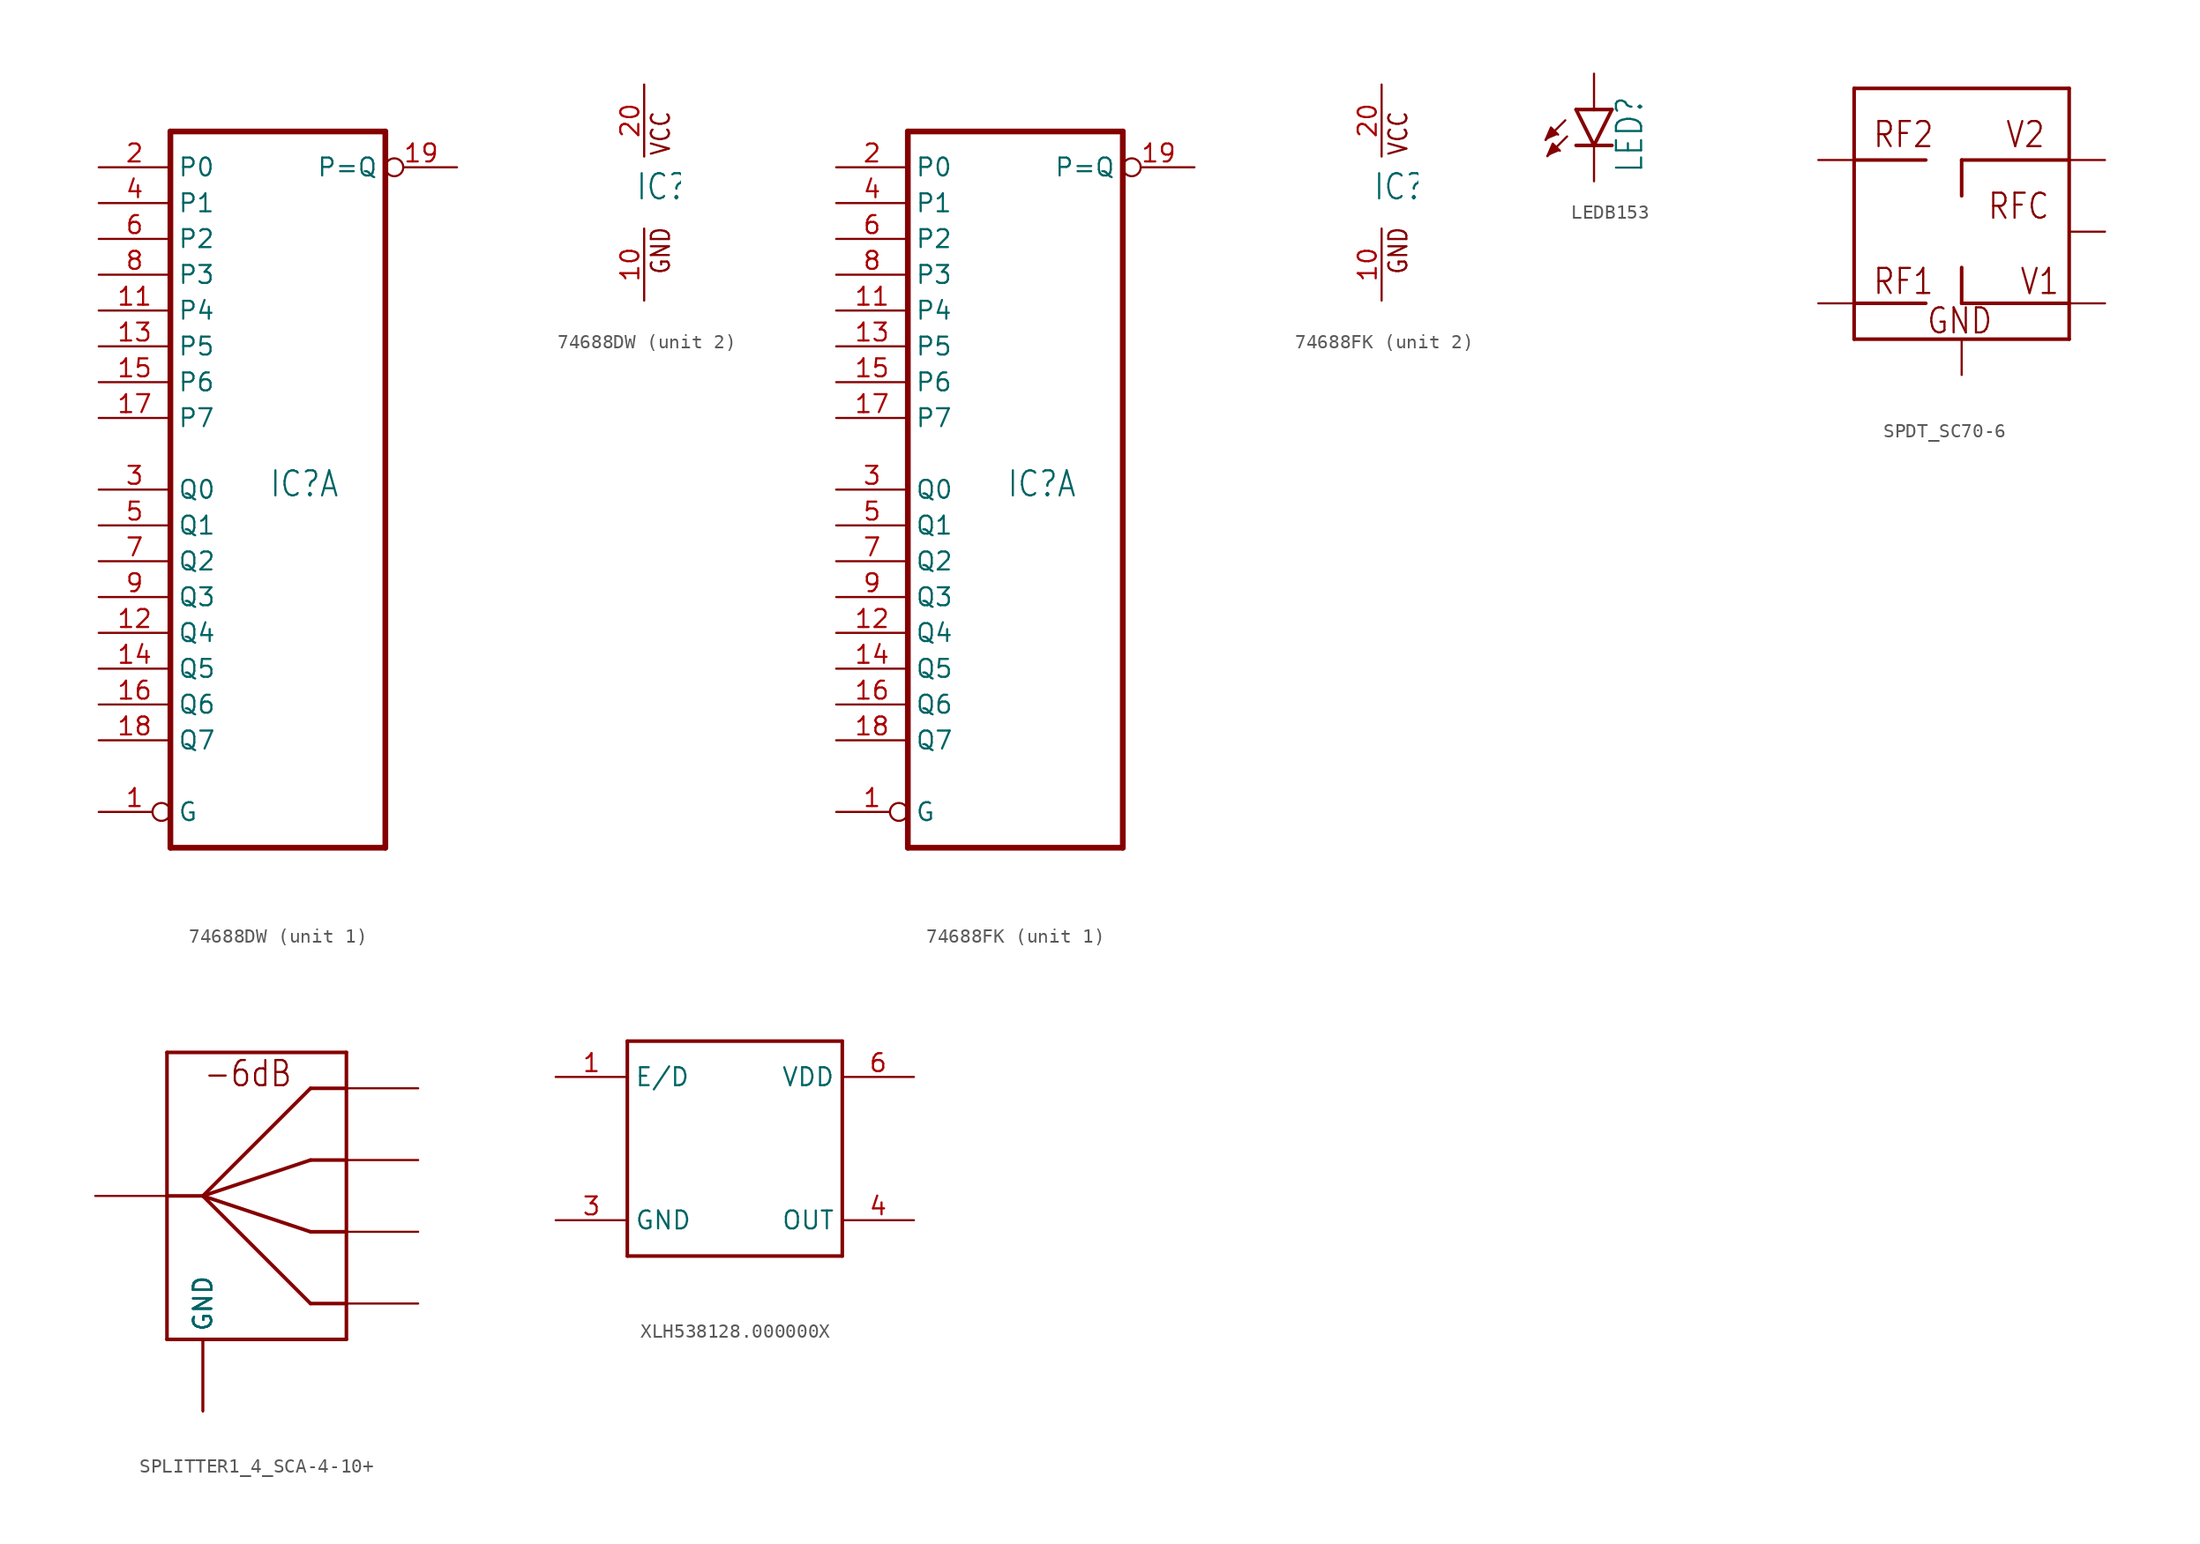
<source format=kicad_sym>
(kicad_symbol_lib
  (version 20231120)
  (generator "kicad_symbol_editor")
  (generator_version "8.0")
  (symbol "74688DW"
    (property "Reference" "IC"
      (at -0.635 -0.635 0)
      (effects (font (size 1.778 1.511)) (justify left bottom)))
    (property "ki_locked" ""
      (at 0 0 0)
      (effects (font (size 1.27 1.27))))
    (symbol "74688DW_1_0"
      (polyline (pts (xy -7.62 -25.4) (xy 7.62 -25.4)) (stroke (width 0.406) (type solid)) (fill (type none)))
      (polyline (pts (xy -7.62 25.4) (xy -7.62 -25.4)) (stroke (width 0.406) (type solid)) (fill (type none)))
      (polyline (pts (xy 7.62 -25.4) (xy 7.62 25.4)) (stroke (width 0.406) (type solid)) (fill (type none)))
      (polyline (pts (xy 7.62 25.4) (xy -7.62 25.4)) (stroke (width 0.406) (type solid)) (fill (type none)))
      (pin input inverted (at -12.7 -22.86 0) (length 5.08) (name "G" (effects (font (size 1.27 1.27)))) (number "1" (effects (font (size 1.27 1.27)))))
      (pin input line (at -12.7 12.7 0) (length 5.08) (name "P4" (effects (font (size 1.27 1.27)))) (number "11" (effects (font (size 1.27 1.27)))))
      (pin input line (at -12.7 -10.16 0) (length 5.08) (name "Q4" (effects (font (size 1.27 1.27)))) (number "12" (effects (font (size 1.27 1.27)))))
      (pin input line (at -12.7 10.16 0) (length 5.08) (name "P5" (effects (font (size 1.27 1.27)))) (number "13" (effects (font (size 1.27 1.27)))))
      (pin input line (at -12.7 -12.7 0) (length 5.08) (name "Q5" (effects (font (size 1.27 1.27)))) (number "14" (effects (font (size 1.27 1.27)))))
      (pin input line (at -12.7 7.62 0) (length 5.08) (name "P6" (effects (font (size 1.27 1.27)))) (number "15" (effects (font (size 1.27 1.27)))))
      (pin input line (at -12.7 -15.24 0) (length 5.08) (name "Q6" (effects (font (size 1.27 1.27)))) (number "16" (effects (font (size 1.27 1.27)))))
      (pin input line (at -12.7 5.08 0) (length 5.08) (name "P7" (effects (font (size 1.27 1.27)))) (number "17" (effects (font (size 1.27 1.27)))))
      (pin input line (at -12.7 -17.78 0) (length 5.08) (name "Q7" (effects (font (size 1.27 1.27)))) (number "18" (effects (font (size 1.27 1.27)))))
      (pin output inverted (at 12.7 22.86 180) (length 5.08) (name "P=Q" (effects (font (size 1.27 1.27)))) (number "19" (effects (font (size 1.27 1.27)))))
      (pin input line (at -12.7 22.86 0) (length 5.08) (name "P0" (effects (font (size 1.27 1.27)))) (number "2" (effects (font (size 1.27 1.27)))))
      (pin input line (at -12.7 0 0) (length 5.08) (name "Q0" (effects (font (size 1.27 1.27)))) (number "3" (effects (font (size 1.27 1.27)))))
      (pin input line (at -12.7 20.32 0) (length 5.08) (name "P1" (effects (font (size 1.27 1.27)))) (number "4" (effects (font (size 1.27 1.27)))))
      (pin input line (at -12.7 -2.54 0) (length 5.08) (name "Q1" (effects (font (size 1.27 1.27)))) (number "5" (effects (font (size 1.27 1.27)))))
      (pin input line (at -12.7 17.78 0) (length 5.08) (name "P2" (effects (font (size 1.27 1.27)))) (number "6" (effects (font (size 1.27 1.27)))))
      (pin input line (at -12.7 -5.08 0) (length 5.08) (name "Q2" (effects (font (size 1.27 1.27)))) (number "7" (effects (font (size 1.27 1.27)))))
      (pin input line (at -12.7 15.24 0) (length 5.08) (name "P3" (effects (font (size 1.27 1.27)))) (number "8" (effects (font (size 1.27 1.27)))))
      (pin input line (at -12.7 -7.62 0) (length 5.08) (name "Q3" (effects (font (size 1.27 1.27)))) (number "9" (effects (font (size 1.27 1.27))))))
    (symbol "74688DW_2_0"
      (text "GND" (at 1.905 -5.842 900) (effects (font (size 1.27 1.079)) (justify left bottom)))
      (text "VCC" (at 1.905 2.54 900) (effects (font (size 1.27 1.079)) (justify left bottom)))
      (pin power_in line (at 0 -7.62 90) (length 5.08) (name "GND" (effects (font (size 0 0)))) (number "10" (effects (font (size 1.27 1.27)))))
      (pin power_in line (at 0 7.62 270) (length 5.08) (name "VCC" (effects (font (size 0 0)))) (number "20" (effects (font (size 1.27 1.27)))))))
  (symbol "74688FK"
    (property "Reference" "IC"
      (at -0.635 -0.635 0)
      (effects (font (size 1.778 1.511)) (justify left bottom)))
    (property "ki_locked" ""
      (at 0 0 0)
      (effects (font (size 1.27 1.27))))
    (symbol "74688FK_1_0"
      (polyline (pts (xy -7.62 -25.4) (xy 7.62 -25.4)) (stroke (width 0.406) (type solid)) (fill (type none)))
      (polyline (pts (xy -7.62 25.4) (xy -7.62 -25.4)) (stroke (width 0.406) (type solid)) (fill (type none)))
      (polyline (pts (xy 7.62 -25.4) (xy 7.62 25.4)) (stroke (width 0.406) (type solid)) (fill (type none)))
      (polyline (pts (xy 7.62 25.4) (xy -7.62 25.4)) (stroke (width 0.406) (type solid)) (fill (type none)))
      (pin input inverted (at -12.7 -22.86 0) (length 5.08) (name "G" (effects (font (size 1.27 1.27)))) (number "1" (effects (font (size 1.27 1.27)))))
      (pin input line (at -12.7 12.7 0) (length 5.08) (name "P4" (effects (font (size 1.27 1.27)))) (number "11" (effects (font (size 1.27 1.27)))))
      (pin input line (at -12.7 -10.16 0) (length 5.08) (name "Q4" (effects (font (size 1.27 1.27)))) (number "12" (effects (font (size 1.27 1.27)))))
      (pin input line (at -12.7 10.16 0) (length 5.08) (name "P5" (effects (font (size 1.27 1.27)))) (number "13" (effects (font (size 1.27 1.27)))))
      (pin input line (at -12.7 -12.7 0) (length 5.08) (name "Q5" (effects (font (size 1.27 1.27)))) (number "14" (effects (font (size 1.27 1.27)))))
      (pin input line (at -12.7 7.62 0) (length 5.08) (name "P6" (effects (font (size 1.27 1.27)))) (number "15" (effects (font (size 1.27 1.27)))))
      (pin input line (at -12.7 -15.24 0) (length 5.08) (name "Q6" (effects (font (size 1.27 1.27)))) (number "16" (effects (font (size 1.27 1.27)))))
      (pin input line (at -12.7 5.08 0) (length 5.08) (name "P7" (effects (font (size 1.27 1.27)))) (number "17" (effects (font (size 1.27 1.27)))))
      (pin input line (at -12.7 -17.78 0) (length 5.08) (name "Q7" (effects (font (size 1.27 1.27)))) (number "18" (effects (font (size 1.27 1.27)))))
      (pin output inverted (at 12.7 22.86 180) (length 5.08) (name "P=Q" (effects (font (size 1.27 1.27)))) (number "19" (effects (font (size 1.27 1.27)))))
      (pin input line (at -12.7 22.86 0) (length 5.08) (name "P0" (effects (font (size 1.27 1.27)))) (number "2" (effects (font (size 1.27 1.27)))))
      (pin input line (at -12.7 0 0) (length 5.08) (name "Q0" (effects (font (size 1.27 1.27)))) (number "3" (effects (font (size 1.27 1.27)))))
      (pin input line (at -12.7 20.32 0) (length 5.08) (name "P1" (effects (font (size 1.27 1.27)))) (number "4" (effects (font (size 1.27 1.27)))))
      (pin input line (at -12.7 -2.54 0) (length 5.08) (name "Q1" (effects (font (size 1.27 1.27)))) (number "5" (effects (font (size 1.27 1.27)))))
      (pin input line (at -12.7 17.78 0) (length 5.08) (name "P2" (effects (font (size 1.27 1.27)))) (number "6" (effects (font (size 1.27 1.27)))))
      (pin input line (at -12.7 -5.08 0) (length 5.08) (name "Q2" (effects (font (size 1.27 1.27)))) (number "7" (effects (font (size 1.27 1.27)))))
      (pin input line (at -12.7 15.24 0) (length 5.08) (name "P3" (effects (font (size 1.27 1.27)))) (number "8" (effects (font (size 1.27 1.27)))))
      (pin input line (at -12.7 -7.62 0) (length 5.08) (name "Q3" (effects (font (size 1.27 1.27)))) (number "9" (effects (font (size 1.27 1.27))))))
    (symbol "74688FK_2_0"
      (text "GND" (at 1.905 -5.842 900) (effects (font (size 1.27 1.079)) (justify left bottom)))
      (text "VCC" (at 1.905 2.54 900) (effects (font (size 1.27 1.079)) (justify left bottom)))
      (pin power_in line (at 0 -7.62 90) (length 5.08) (name "GND" (effects (font (size 0 0)))) (number "10" (effects (font (size 1.27 1.27)))))
      (pin power_in line (at 0 7.62 270) (length 5.08) (name "VCC" (effects (font (size 0 0)))) (number "20" (effects (font (size 1.27 1.27)))))))
  (symbol "LEDB153"
    (property "Reference" "LED"
      (at 3.556 -4.572 90)
      (effects (font (size 1.778 1.511)) (justify left bottom)))
    (property "Value" ""
      (at 5.715 -4.572 90)
      (effects (font (size 1.778 1.511)) (justify left bottom)))
    (property "ki_locked" ""
      (at 0 0 0)
      (effects (font (size 1.27 1.27))))
    (symbol "LEDB153_1_0"
      (polyline (pts (xy -2.032 -0.762) (xy -3.429 -2.159)) (stroke (width 0.152) (type solid)) (fill (type none)))
      (polyline (pts (xy -1.905 -1.905) (xy -3.302 -3.302)) (stroke (width 0.152) (type solid)) (fill (type none)))
      (polyline (pts (xy 0 -2.54) (xy -1.27 -2.54)) (stroke (width 0.254) (type solid)) (fill (type none)))
      (polyline (pts (xy 0 -2.54) (xy -1.27 0)) (stroke (width 0.254) (type solid)) (fill (type none)))
      (polyline (pts (xy 0 0) (xy -1.27 0)) (stroke (width 0.254) (type solid)) (fill (type none)))
      (polyline (pts (xy 1.27 -2.54) (xy 0 -2.54)) (stroke (width 0.254) (type solid)) (fill (type none)))
      (polyline (pts (xy 1.27 0) (xy 0 -2.54)) (stroke (width 0.254) (type solid)) (fill (type none)))
      (polyline (pts (xy 1.27 0) (xy 0 0)) (stroke (width 0.254) (type solid)) (fill (type none)))
      (polyline (pts (xy -3.429 -2.159) (xy -3.048 -1.27) (xy -2.54 -1.778)) (stroke (width 0.152) (type solid)) (fill (type outline)))
      (polyline (pts (xy -3.302 -3.302) (xy -2.921 -2.413) (xy -2.413 -2.921)) (stroke (width 0.152) (type solid)) (fill (type outline)))
      (pin passive line (at 0 2.54 270) (length 2.54) (name "A" (effects (font (size 0 0)))) (number "A" (effects (font (size 0 0)))))
      (pin passive line (at 0 -5.08 90) (length 2.54) (name "C" (effects (font (size 0 0)))) (number "K" (effects (font (size 0 0)))))))
  (symbol "SPDT_SC70-6"
    (property "Reference" ""
      (at -1.778 11.176 0)
      (effects (font (size 1.778 1.511)) (justify left bottom) (hide yes)))
    (property "Value" ""
      (at -10.414 -10.922 0)
      (effects (font (size 1.778 1.511)) (justify left bottom)))
    (property "ki_locked" ""
      (at 0 0 0)
      (effects (font (size 1.27 1.27))))
    (symbol "SPDT_SC70-6_1_0"
      (polyline (pts (xy -5.08 -7.62) (xy 10.16 -7.62)) (stroke (width 0.254) (type solid)) (fill (type none)))
      (polyline (pts (xy -5.08 -5.08) (xy -5.08 -7.62)) (stroke (width 0.254) (type solid)) (fill (type none)))
      (polyline (pts (xy -5.08 -5.08) (xy 0 -5.08)) (stroke (width 0.254) (type solid)) (fill (type none)))
      (polyline (pts (xy -5.08 5.08) (xy -5.08 -5.08)) (stroke (width 0.254) (type solid)) (fill (type none)))
      (polyline (pts (xy -5.08 5.08) (xy 0 5.08)) (stroke (width 0.254) (type solid)) (fill (type none)))
      (polyline (pts (xy -5.08 10.16) (xy -5.08 5.08)) (stroke (width 0.254) (type solid)) (fill (type none)))
      (polyline (pts (xy 2.54 -5.08) (xy 2.54 -2.54)) (stroke (width 0.254) (type solid)) (fill (type none)))
      (polyline (pts (xy 2.54 5.08) (xy 2.54 2.54)) (stroke (width 0.254) (type solid)) (fill (type none)))
      (polyline (pts (xy 10.16 -7.62) (xy 10.16 -5.08)) (stroke (width 0.254) (type solid)) (fill (type none)))
      (polyline (pts (xy 10.16 -5.08) (xy 2.54 -5.08)) (stroke (width 0.254) (type solid)) (fill (type none)))
      (polyline (pts (xy 10.16 -5.08) (xy 10.16 5.08)) (stroke (width 0.254) (type solid)) (fill (type none)))
      (polyline (pts (xy 10.16 5.08) (xy 2.54 5.08)) (stroke (width 0.254) (type solid)) (fill (type none)))
      (polyline (pts (xy 10.16 5.08) (xy 10.16 10.16)) (stroke (width 0.254) (type solid)) (fill (type none)))
      (polyline (pts (xy 10.16 10.16) (xy -5.08 10.16)) (stroke (width 0.254) (type solid)) (fill (type none)))
      (text "GND" (at 0 -7.366 0) (effects (font (size 1.778 1.511)) (justify left bottom)))
      (text "RF1" (at -3.81 -4.572 0) (effects (font (size 1.778 1.511)) (justify left bottom)))
      (text "RF2" (at -3.81 5.842 0) (effects (font (size 1.778 1.511)) (justify left bottom)))
      (text "RFC" (at 4.318 0.762 0) (effects (font (size 1.778 1.511)) (justify left bottom)))
      (text "V1" (at 6.604 -4.572 0) (effects (font (size 1.778 1.511)) (justify left bottom)))
      (text "V2" (at 5.588 5.842 0) (effects (font (size 1.778 1.511)) (justify left bottom)))
      (pin bidirectional line (at -7.62 -5.08 0) (length 2.54) (name "RF1" (effects (font (size 0 0)))) (number "1" (effects (font (size 0 0)))))
      (pin bidirectional line (at 2.54 -10.16 90) (length 2.54) (name "GND" (effects (font (size 0 0)))) (number "2" (effects (font (size 0 0)))))
      (pin bidirectional line (at -7.62 5.08 0) (length 2.54) (name "RF2" (effects (font (size 0 0)))) (number "3" (effects (font (size 0 0)))))
      (pin bidirectional line (at 12.7 5.08 180) (length 2.54) (name "V2" (effects (font (size 0 0)))) (number "4" (effects (font (size 0 0)))))
      (pin bidirectional line (at 12.7 0 180) (length 2.54) (name "RFC" (effects (font (size 0 0)))) (number "5" (effects (font (size 0 0)))))
      (pin bidirectional line (at 12.7 -5.08 180) (length 2.54) (name "V1" (effects (font (size 0 0)))) (number "6" (effects (font (size 0 0)))))))
  (symbol "SPLITTER1_4_SCA-4-10+"
    (property "Reference" ""
      (at -7.62 12.7 0)
      (effects (font (size 1.778 1.511)) (justify left bottom) (hide yes)))
    (property "Value" ""
      (at -2.54 -12.7 0)
      (effects (font (size 1.778 1.511)) (justify left bottom)))
    (property "ki_locked" ""
      (at 0 0 0)
      (effects (font (size 1.27 1.27))))
    (symbol "SPLITTER1_4_SCA-4-10+_1_0"
      (polyline (pts (xy -7.62 -10.16) (xy 5.08 -10.16)) (stroke (width 0.254) (type solid)) (fill (type none)))
      (polyline (pts (xy -7.62 0) (xy -7.62 -10.16)) (stroke (width 0.254) (type solid)) (fill (type none)))
      (polyline (pts (xy -7.62 0) (xy -5.08 0)) (stroke (width 0.254) (type solid)) (fill (type none)))
      (polyline (pts (xy -7.62 10.16) (xy -7.62 0)) (stroke (width 0.254) (type solid)) (fill (type none)))
      (polyline (pts (xy -5.08 0) (xy 2.54 -2.54)) (stroke (width 0.254) (type solid)) (fill (type none)))
      (polyline (pts (xy -5.08 0) (xy 2.54 2.54)) (stroke (width 0.254) (type solid)) (fill (type none)))
      (polyline (pts (xy 2.54 -7.62) (xy -5.08 0)) (stroke (width 0.254) (type solid)) (fill (type none)))
      (polyline (pts (xy 2.54 7.62) (xy -5.08 0)) (stroke (width 0.254) (type solid)) (fill (type none)))
      (polyline (pts (xy 5.08 -10.16) (xy 5.08 -7.62)) (stroke (width 0.254) (type solid)) (fill (type none)))
      (polyline (pts (xy 5.08 -7.62) (xy 2.54 -7.62)) (stroke (width 0.254) (type solid)) (fill (type none)))
      (polyline (pts (xy 5.08 -7.62) (xy 5.08 -2.54)) (stroke (width 0.254) (type solid)) (fill (type none)))
      (polyline (pts (xy 5.08 -2.54) (xy 2.54 -2.54)) (stroke (width 0.254) (type solid)) (fill (type none)))
      (polyline (pts (xy 5.08 -2.54) (xy 5.08 2.54)) (stroke (width 0.254) (type solid)) (fill (type none)))
      (polyline (pts (xy 5.08 2.54) (xy 2.54 2.54)) (stroke (width 0.254) (type solid)) (fill (type none)))
      (polyline (pts (xy 5.08 2.54) (xy 5.08 7.62)) (stroke (width 0.254) (type solid)) (fill (type none)))
      (polyline (pts (xy 5.08 7.62) (xy 2.54 7.62)) (stroke (width 0.254) (type solid)) (fill (type none)))
      (polyline (pts (xy 5.08 7.62) (xy 5.08 10.16)) (stroke (width 0.254) (type solid)) (fill (type none)))
      (polyline (pts (xy 5.08 10.16) (xy -7.62 10.16)) (stroke (width 0.254) (type solid)) (fill (type none)))
      (text "-6dB" (at -5.08 7.62 0) (effects (font (size 1.778 1.511)) (justify left bottom)))
      (pin bidirectional line (at -5.08 -15.24 90) (length 5.08) (name "GND" (effects (font (size 1.27 1.27)))) (number "P$1" (effects (font (size 0 0)))))
      (pin bidirectional line (at 10.16 -7.62 180) (length 5.08) (name "P$5" (effects (font (size 0 0)))) (number "P$10" (effects (font (size 0 0)))))
      (pin bidirectional line (at -5.08 -15.24 90) (length 5.08) (name "GND" (effects (font (size 1.27 1.27)))) (number "P$2" (effects (font (size 0 0)))))
      (pin bidirectional line (at -12.7 0 0) (length 5.08) (name "P$1" (effects (font (size 0 0)))) (number "P$3" (effects (font (size 0 0)))))
      (pin bidirectional line (at -5.08 -15.24 90) (length 5.08) (name "GND" (effects (font (size 1.27 1.27)))) (number "P$4" (effects (font (size 0 0)))))
      (pin bidirectional line (at -5.08 -15.24 90) (length 5.08) (name "GND" (effects (font (size 1.27 1.27)))) (number "P$5" (effects (font (size 0 0)))))
      (pin bidirectional line (at 10.16 7.62 180) (length 5.08) (name "P$2" (effects (font (size 0 0)))) (number "P$6" (effects (font (size 0 0)))))
      (pin bidirectional line (at 10.16 2.54 180) (length 5.08) (name "P$3" (effects (font (size 0 0)))) (number "P$7" (effects (font (size 0 0)))))
      (pin bidirectional line (at -5.08 -15.24 90) (length 5.08) (name "GND" (effects (font (size 1.27 1.27)))) (number "P$8" (effects (font (size 0 0)))))
      (pin bidirectional line (at 10.16 -2.54 180) (length 5.08) (name "P$4" (effects (font (size 0 0)))) (number "P$9" (effects (font (size 0 0)))))))
  (symbol "XLH538128.000000X"
    (property "Reference" ""
      (at -5.08 10.16 0)
      (effects (font (size 1.27 1.079)) (justify left bottom) (hide yes)))
    (property "Value" ""
      (at -5.08 -10.16 0)
      (effects (font (size 1.27 1.079)) (justify left bottom)))
    (property "ki_locked" ""
      (at 0 0 0)
      (effects (font (size 1.27 1.27))))
    (symbol "XLH538128.000000X_1_0"
      (polyline (pts (xy -7.62 -7.62) (xy 7.62 -7.62)) (stroke (width 0.254) (type solid)) (fill (type none)))
      (polyline (pts (xy -7.62 7.62) (xy -7.62 -7.62)) (stroke (width 0.254) (type solid)) (fill (type none)))
      (polyline (pts (xy 7.62 -7.62) (xy 7.62 7.62)) (stroke (width 0.254) (type solid)) (fill (type none)))
      (polyline (pts (xy 7.62 7.62) (xy -7.62 7.62)) (stroke (width 0.254) (type solid)) (fill (type none)))
      (pin bidirectional line (at -12.7 5.08 0) (length 5.08) (name "E/D" (effects (font (size 1.27 1.27)))) (number "1" (effects (font (size 1.27 1.27)))))
      (pin bidirectional line (at -12.7 -5.08 0) (length 5.08) (name "GND" (effects (font (size 1.27 1.27)))) (number "3" (effects (font (size 1.27 1.27)))))
      (pin bidirectional line (at 12.7 -5.08 180) (length 5.08) (name "OUT" (effects (font (size 1.27 1.27)))) (number "4" (effects (font (size 1.27 1.27)))))
      (pin bidirectional line (at 12.7 5.08 180) (length 5.08) (name "VDD" (effects (font (size 1.27 1.27)))) (number "6" (effects (font (size 1.27 1.27))))))))
</source>
